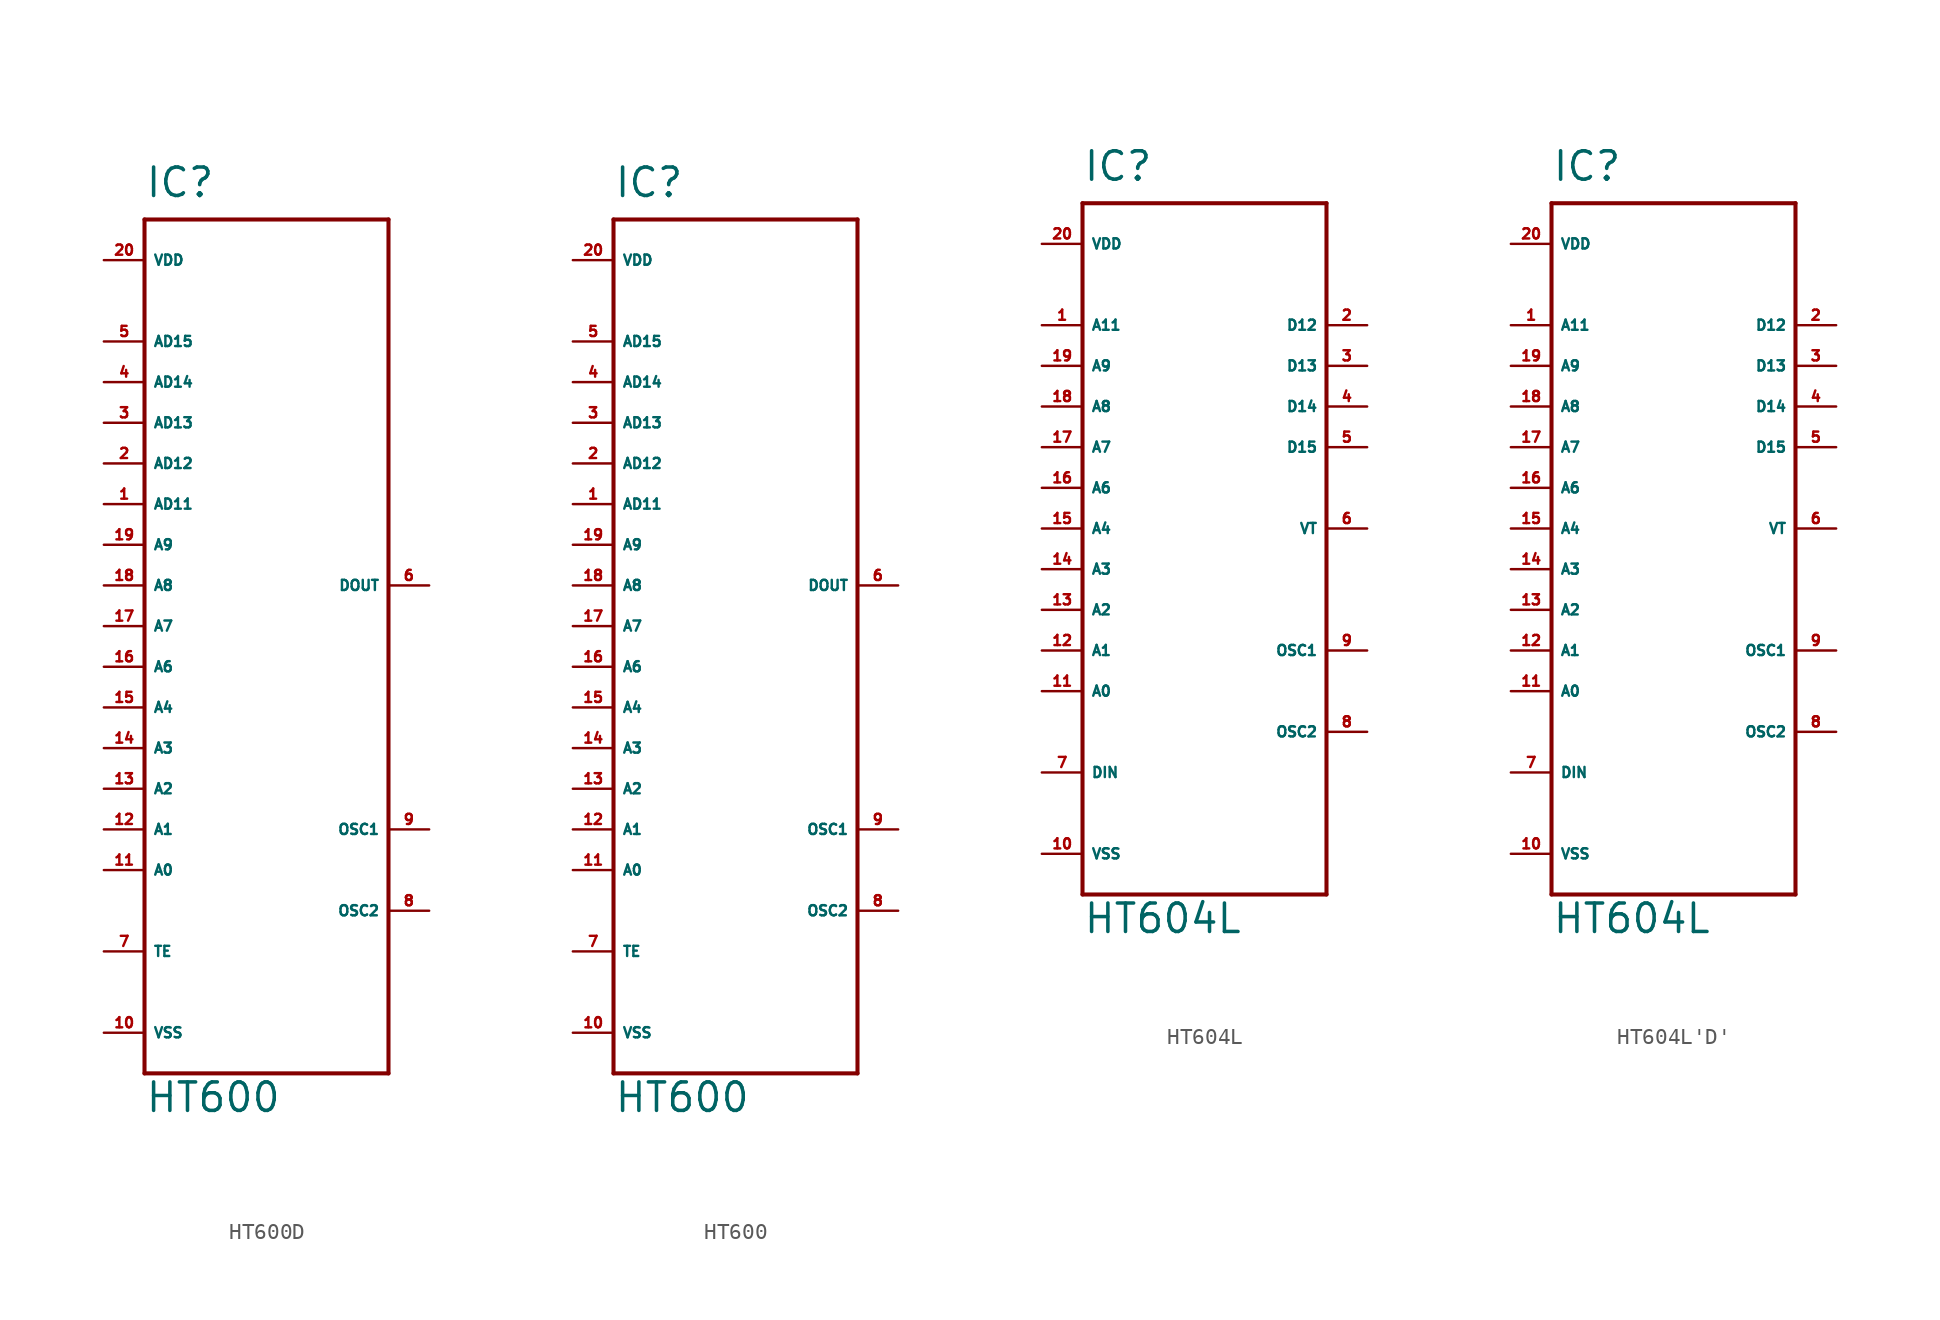
<source format=kicad_sym>
(kicad_symbol_lib
  (version 20220914)
  (generator Eagle2Kicad)
  (symbol "HT600D"
    (property "Reference" "IC"
      (at -7.62 26.67 0)
      (effects (font (size 1.778 1.778) (thickness 0.22)) (justify left bottom)))
    (property "Value" "HT600"
      (at -7.62 -30.48 0)
      (effects (font (size 1.778 1.778) (thickness 0.22)) (justify left bottom)))
    (polyline
      (pts (xy -7.62 25.4) (xy 7.62 25.4))
      (stroke (width 0.254) (type default))
      (fill (type none)))
    (polyline
      (pts (xy 7.62 25.4) (xy 7.62 -27.94))
      (stroke (width 0.254) (type default))
      (fill (type none)))
    (polyline
      (pts (xy 7.62 -27.94) (xy -7.62 -27.94))
      (stroke (width 0.254) (type default))
      (fill (type none)))
    (polyline
      (pts (xy -7.62 -27.94) (xy -7.62 25.4))
      (stroke (width 0.254) (type default))
      (fill (type none)))
    (pin input line
      (at -10.16 -15.24 0)
      (length 2.54)
      (name "A0" (effects (font (size 0.635 0.635) (thickness 0.08)) (justify left bottom)))
      (number "11" (effects (font (size 0.635 0.635) (thickness 0.08)) (justify left bottom))))
    (pin input line
      (at -10.16 -12.7 0)
      (length 2.54)
      (name "A1" (effects (font (size 0.635 0.635) (thickness 0.08)) (justify left bottom)))
      (number "12" (effects (font (size 0.635 0.635) (thickness 0.08)) (justify left bottom))))
    (pin input line
      (at -10.16 -10.16 0)
      (length 2.54)
      (name "A2" (effects (font (size 0.635 0.635) (thickness 0.08)) (justify left bottom)))
      (number "13" (effects (font (size 0.635 0.635) (thickness 0.08)) (justify left bottom))))
    (pin input line
      (at -10.16 -7.62 0)
      (length 2.54)
      (name "A3" (effects (font (size 0.635 0.635) (thickness 0.08)) (justify left bottom)))
      (number "14" (effects (font (size 0.635 0.635) (thickness 0.08)) (justify left bottom))))
    (pin input line
      (at -10.16 -5.08 0)
      (length 2.54)
      (name "A4" (effects (font (size 0.635 0.635) (thickness 0.08)) (justify left bottom)))
      (number "15" (effects (font (size 0.635 0.635) (thickness 0.08)) (justify left bottom))))
    (pin input line
      (at -10.16 -2.54 0)
      (length 2.54)
      (name "A6" (effects (font (size 0.635 0.635) (thickness 0.08)) (justify left bottom)))
      (number "16" (effects (font (size 0.635 0.635) (thickness 0.08)) (justify left bottom))))
    (pin input line
      (at -10.16 0 0)
      (length 2.54)
      (name "A7" (effects (font (size 0.635 0.635) (thickness 0.08)) (justify left bottom)))
      (number "17" (effects (font (size 0.635 0.635) (thickness 0.08)) (justify left bottom))))
    (pin input line
      (at -10.16 2.54 0)
      (length 2.54)
      (name "A8" (effects (font (size 0.635 0.635) (thickness 0.08)) (justify left bottom)))
      (number "18" (effects (font (size 0.635 0.635) (thickness 0.08)) (justify left bottom))))
    (pin input line
      (at -10.16 5.08 0)
      (length 2.54)
      (name "A9" (effects (font (size 0.635 0.635) (thickness 0.08)) (justify left bottom)))
      (number "19" (effects (font (size 0.635 0.635) (thickness 0.08)) (justify left bottom))))
    (pin input line
      (at -10.16 7.62 0)
      (length 2.54)
      (name "AD11" (effects (font (size 0.635 0.635) (thickness 0.08)) (justify left bottom)))
      (number "1" (effects (font (size 0.635 0.635) (thickness 0.08)) (justify left bottom))))
    (pin input line
      (at -10.16 10.16 0)
      (length 2.54)
      (name "AD12" (effects (font (size 0.635 0.635) (thickness 0.08)) (justify left bottom)))
      (number "2" (effects (font (size 0.635 0.635) (thickness 0.08)) (justify left bottom))))
    (pin input line
      (at -10.16 12.7 0)
      (length 2.54)
      (name "AD13" (effects (font (size 0.635 0.635) (thickness 0.08)) (justify left bottom)))
      (number "3" (effects (font (size 0.635 0.635) (thickness 0.08)) (justify left bottom))))
    (pin input line
      (at -10.16 15.24 0)
      (length 2.54)
      (name "AD14" (effects (font (size 0.635 0.635) (thickness 0.08)) (justify left bottom)))
      (number "4" (effects (font (size 0.635 0.635) (thickness 0.08)) (justify left bottom))))
    (pin input line
      (at -10.16 17.78 0)
      (length 2.54)
      (name "AD15" (effects (font (size 0.635 0.635) (thickness 0.08)) (justify left bottom)))
      (number "5" (effects (font (size 0.635 0.635) (thickness 0.08)) (justify left bottom))))
    (pin input line
      (at -10.16 -20.32 0)
      (length 2.54)
      (name "TE" (effects (font (size 0.635 0.635) (thickness 0.08)) (justify left bottom)))
      (number "7" (effects (font (size 0.635 0.635) (thickness 0.08)) (justify left bottom))))
    (pin input line
      (at 10.16 2.54 180)
      (length 2.54)
      (name "DOUT" (effects (font (size 0.635 0.635) (thickness 0.08)) (justify left bottom)))
      (number "6" (effects (font (size 0.635 0.635) (thickness 0.08)) (justify left bottom))))
    (pin unspecified line
      (at -10.16 -25.4 0)
      (length 2.54)
      (name "VSS" (effects (font (size 0.635 0.635) (thickness 0.08)) (justify left bottom)))
      (number "10" (effects (font (size 0.635 0.635) (thickness 0.08)) (justify left bottom))))
    (pin unspecified line
      (at -10.16 22.86 0)
      (length 2.54)
      (name "VDD" (effects (font (size 0.635 0.635) (thickness 0.08)) (justify left bottom)))
      (number "20" (effects (font (size 0.635 0.635) (thickness 0.08)) (justify left bottom))))
    (pin input line
      (at 10.16 -12.7 180)
      (length 2.54)
      (name "OSC1" (effects (font (size 0.635 0.635) (thickness 0.08)) (justify left bottom)))
      (number "9" (effects (font (size 0.635 0.635) (thickness 0.08)) (justify left bottom))))
    (pin output line
      (at 10.16 -17.78 180)
      (length 2.54)
      (name "OSC2" (effects (font (size 0.635 0.635) (thickness 0.08)) (justify left bottom)))
      (number "8" (effects (font (size 0.635 0.635) (thickness 0.08)) (justify left bottom)))))
  (symbol "HT600"
    (property "Reference" "IC"
      (at -7.62 26.67 0)
      (effects (font (size 1.778 1.778) (thickness 0.22)) (justify left bottom)))
    (property "Value" "HT600"
      (at -7.62 -30.48 0)
      (effects (font (size 1.778 1.778) (thickness 0.22)) (justify left bottom)))
    (polyline
      (pts (xy -7.62 25.4) (xy 7.62 25.4))
      (stroke (width 0.254) (type default))
      (fill (type none)))
    (polyline
      (pts (xy 7.62 25.4) (xy 7.62 -27.94))
      (stroke (width 0.254) (type default))
      (fill (type none)))
    (polyline
      (pts (xy 7.62 -27.94) (xy -7.62 -27.94))
      (stroke (width 0.254) (type default))
      (fill (type none)))
    (polyline
      (pts (xy -7.62 -27.94) (xy -7.62 25.4))
      (stroke (width 0.254) (type default))
      (fill (type none)))
    (pin input line
      (at -10.16 -15.24 0)
      (length 2.54)
      (name "A0" (effects (font (size 0.635 0.635) (thickness 0.08)) (justify left bottom)))
      (number "11" (effects (font (size 0.635 0.635) (thickness 0.08)) (justify left bottom))))
    (pin input line
      (at -10.16 -12.7 0)
      (length 2.54)
      (name "A1" (effects (font (size 0.635 0.635) (thickness 0.08)) (justify left bottom)))
      (number "12" (effects (font (size 0.635 0.635) (thickness 0.08)) (justify left bottom))))
    (pin input line
      (at -10.16 -10.16 0)
      (length 2.54)
      (name "A2" (effects (font (size 0.635 0.635) (thickness 0.08)) (justify left bottom)))
      (number "13" (effects (font (size 0.635 0.635) (thickness 0.08)) (justify left bottom))))
    (pin input line
      (at -10.16 -7.62 0)
      (length 2.54)
      (name "A3" (effects (font (size 0.635 0.635) (thickness 0.08)) (justify left bottom)))
      (number "14" (effects (font (size 0.635 0.635) (thickness 0.08)) (justify left bottom))))
    (pin input line
      (at -10.16 -5.08 0)
      (length 2.54)
      (name "A4" (effects (font (size 0.635 0.635) (thickness 0.08)) (justify left bottom)))
      (number "15" (effects (font (size 0.635 0.635) (thickness 0.08)) (justify left bottom))))
    (pin input line
      (at -10.16 -2.54 0)
      (length 2.54)
      (name "A6" (effects (font (size 0.635 0.635) (thickness 0.08)) (justify left bottom)))
      (number "16" (effects (font (size 0.635 0.635) (thickness 0.08)) (justify left bottom))))
    (pin input line
      (at -10.16 0 0)
      (length 2.54)
      (name "A7" (effects (font (size 0.635 0.635) (thickness 0.08)) (justify left bottom)))
      (number "17" (effects (font (size 0.635 0.635) (thickness 0.08)) (justify left bottom))))
    (pin input line
      (at -10.16 2.54 0)
      (length 2.54)
      (name "A8" (effects (font (size 0.635 0.635) (thickness 0.08)) (justify left bottom)))
      (number "18" (effects (font (size 0.635 0.635) (thickness 0.08)) (justify left bottom))))
    (pin input line
      (at -10.16 5.08 0)
      (length 2.54)
      (name "A9" (effects (font (size 0.635 0.635) (thickness 0.08)) (justify left bottom)))
      (number "19" (effects (font (size 0.635 0.635) (thickness 0.08)) (justify left bottom))))
    (pin input line
      (at -10.16 7.62 0)
      (length 2.54)
      (name "AD11" (effects (font (size 0.635 0.635) (thickness 0.08)) (justify left bottom)))
      (number "1" (effects (font (size 0.635 0.635) (thickness 0.08)) (justify left bottom))))
    (pin input line
      (at -10.16 10.16 0)
      (length 2.54)
      (name "AD12" (effects (font (size 0.635 0.635) (thickness 0.08)) (justify left bottom)))
      (number "2" (effects (font (size 0.635 0.635) (thickness 0.08)) (justify left bottom))))
    (pin input line
      (at -10.16 12.7 0)
      (length 2.54)
      (name "AD13" (effects (font (size 0.635 0.635) (thickness 0.08)) (justify left bottom)))
      (number "3" (effects (font (size 0.635 0.635) (thickness 0.08)) (justify left bottom))))
    (pin input line
      (at -10.16 15.24 0)
      (length 2.54)
      (name "AD14" (effects (font (size 0.635 0.635) (thickness 0.08)) (justify left bottom)))
      (number "4" (effects (font (size 0.635 0.635) (thickness 0.08)) (justify left bottom))))
    (pin input line
      (at -10.16 17.78 0)
      (length 2.54)
      (name "AD15" (effects (font (size 0.635 0.635) (thickness 0.08)) (justify left bottom)))
      (number "5" (effects (font (size 0.635 0.635) (thickness 0.08)) (justify left bottom))))
    (pin input line
      (at -10.16 -20.32 0)
      (length 2.54)
      (name "TE" (effects (font (size 0.635 0.635) (thickness 0.08)) (justify left bottom)))
      (number "7" (effects (font (size 0.635 0.635) (thickness 0.08)) (justify left bottom))))
    (pin input line
      (at 10.16 2.54 180)
      (length 2.54)
      (name "DOUT" (effects (font (size 0.635 0.635) (thickness 0.08)) (justify left bottom)))
      (number "6" (effects (font (size 0.635 0.635) (thickness 0.08)) (justify left bottom))))
    (pin unspecified line
      (at -10.16 -25.4 0)
      (length 2.54)
      (name "VSS" (effects (font (size 0.635 0.635) (thickness 0.08)) (justify left bottom)))
      (number "10" (effects (font (size 0.635 0.635) (thickness 0.08)) (justify left bottom))))
    (pin unspecified line
      (at -10.16 22.86 0)
      (length 2.54)
      (name "VDD" (effects (font (size 0.635 0.635) (thickness 0.08)) (justify left bottom)))
      (number "20" (effects (font (size 0.635 0.635) (thickness 0.08)) (justify left bottom))))
    (pin input line
      (at 10.16 -12.7 180)
      (length 2.54)
      (name "OSC1" (effects (font (size 0.635 0.635) (thickness 0.08)) (justify left bottom)))
      (number "9" (effects (font (size 0.635 0.635) (thickness 0.08)) (justify left bottom))))
    (pin output line
      (at 10.16 -17.78 180)
      (length 2.54)
      (name "OSC2" (effects (font (size 0.635 0.635) (thickness 0.08)) (justify left bottom)))
      (number "8" (effects (font (size 0.635 0.635) (thickness 0.08)) (justify left bottom)))))
  (symbol "HT604L"
    (property "Reference" "IC"
      (at -7.62 21.59 0)
      (effects (font (size 1.778 1.778) (thickness 0.22)) (justify left bottom)))
    (property "Value" "HT604L"
      (at -7.62 -25.4 0)
      (effects (font (size 1.778 1.778) (thickness 0.22)) (justify left bottom)))
    (polyline
      (pts (xy -7.62 20.32) (xy 7.62 20.32))
      (stroke (width 0.254) (type default))
      (fill (type none)))
    (polyline
      (pts (xy 7.62 20.32) (xy 7.62 -22.86))
      (stroke (width 0.254) (type default))
      (fill (type none)))
    (polyline
      (pts (xy 7.62 -22.86) (xy -7.62 -22.86))
      (stroke (width 0.254) (type default))
      (fill (type none)))
    (polyline
      (pts (xy -7.62 -22.86) (xy -7.62 20.32))
      (stroke (width 0.254) (type default))
      (fill (type none)))
    (pin input line
      (at -10.16 -10.16 0)
      (length 2.54)
      (name "A0" (effects (font (size 0.635 0.635) (thickness 0.08)) (justify left bottom)))
      (number "11" (effects (font (size 0.635 0.635) (thickness 0.08)) (justify left bottom))))
    (pin input line
      (at -10.16 -7.62 0)
      (length 2.54)
      (name "A1" (effects (font (size 0.635 0.635) (thickness 0.08)) (justify left bottom)))
      (number "12" (effects (font (size 0.635 0.635) (thickness 0.08)) (justify left bottom))))
    (pin input line
      (at -10.16 -5.08 0)
      (length 2.54)
      (name "A2" (effects (font (size 0.635 0.635) (thickness 0.08)) (justify left bottom)))
      (number "13" (effects (font (size 0.635 0.635) (thickness 0.08)) (justify left bottom))))
    (pin input line
      (at -10.16 -2.54 0)
      (length 2.54)
      (name "A3" (effects (font (size 0.635 0.635) (thickness 0.08)) (justify left bottom)))
      (number "14" (effects (font (size 0.635 0.635) (thickness 0.08)) (justify left bottom))))
    (pin input line
      (at -10.16 0 0)
      (length 2.54)
      (name "A4" (effects (font (size 0.635 0.635) (thickness 0.08)) (justify left bottom)))
      (number "15" (effects (font (size 0.635 0.635) (thickness 0.08)) (justify left bottom))))
    (pin input line
      (at -10.16 2.54 0)
      (length 2.54)
      (name "A6" (effects (font (size 0.635 0.635) (thickness 0.08)) (justify left bottom)))
      (number "16" (effects (font (size 0.635 0.635) (thickness 0.08)) (justify left bottom))))
    (pin input line
      (at -10.16 5.08 0)
      (length 2.54)
      (name "A7" (effects (font (size 0.635 0.635) (thickness 0.08)) (justify left bottom)))
      (number "17" (effects (font (size 0.635 0.635) (thickness 0.08)) (justify left bottom))))
    (pin input line
      (at -10.16 7.62 0)
      (length 2.54)
      (name "A8" (effects (font (size 0.635 0.635) (thickness 0.08)) (justify left bottom)))
      (number "18" (effects (font (size 0.635 0.635) (thickness 0.08)) (justify left bottom))))
    (pin input line
      (at -10.16 10.16 0)
      (length 2.54)
      (name "A9" (effects (font (size 0.635 0.635) (thickness 0.08)) (justify left bottom)))
      (number "19" (effects (font (size 0.635 0.635) (thickness 0.08)) (justify left bottom))))
    (pin input line
      (at -10.16 12.7 0)
      (length 2.54)
      (name "A11" (effects (font (size 0.635 0.635) (thickness 0.08)) (justify left bottom)))
      (number "1" (effects (font (size 0.635 0.635) (thickness 0.08)) (justify left bottom))))
    (pin output line
      (at 10.16 12.7 180)
      (length 2.54)
      (name "D12" (effects (font (size 0.635 0.635) (thickness 0.08)) (justify left bottom)))
      (number "2" (effects (font (size 0.635 0.635) (thickness 0.08)) (justify left bottom))))
    (pin output line
      (at 10.16 10.16 180)
      (length 2.54)
      (name "D13" (effects (font (size 0.635 0.635) (thickness 0.08)) (justify left bottom)))
      (number "3" (effects (font (size 0.635 0.635) (thickness 0.08)) (justify left bottom))))
    (pin output line
      (at 10.16 7.62 180)
      (length 2.54)
      (name "D14" (effects (font (size 0.635 0.635) (thickness 0.08)) (justify left bottom)))
      (number "4" (effects (font (size 0.635 0.635) (thickness 0.08)) (justify left bottom))))
    (pin output line
      (at 10.16 5.08 180)
      (length 2.54)
      (name "D15" (effects (font (size 0.635 0.635) (thickness 0.08)) (justify left bottom)))
      (number "5" (effects (font (size 0.635 0.635) (thickness 0.08)) (justify left bottom))))
    (pin output line
      (at 10.16 0 180)
      (length 2.54)
      (name "VT" (effects (font (size 0.635 0.635) (thickness 0.08)) (justify left bottom)))
      (number "6" (effects (font (size 0.635 0.635) (thickness 0.08)) (justify left bottom))))
    (pin input line
      (at -10.16 -15.24 0)
      (length 2.54)
      (name "DIN" (effects (font (size 0.635 0.635) (thickness 0.08)) (justify left bottom)))
      (number "7" (effects (font (size 0.635 0.635) (thickness 0.08)) (justify left bottom))))
    (pin unspecified line
      (at -10.16 -20.32 0)
      (length 2.54)
      (name "VSS" (effects (font (size 0.635 0.635) (thickness 0.08)) (justify left bottom)))
      (number "10" (effects (font (size 0.635 0.635) (thickness 0.08)) (justify left bottom))))
    (pin unspecified line
      (at -10.16 17.78 0)
      (length 2.54)
      (name "VDD" (effects (font (size 0.635 0.635) (thickness 0.08)) (justify left bottom)))
      (number "20" (effects (font (size 0.635 0.635) (thickness 0.08)) (justify left bottom))))
    (pin input line
      (at 10.16 -7.62 180)
      (length 2.54)
      (name "OSC1" (effects (font (size 0.635 0.635) (thickness 0.08)) (justify left bottom)))
      (number "9" (effects (font (size 0.635 0.635) (thickness 0.08)) (justify left bottom))))
    (pin output line
      (at 10.16 -12.7 180)
      (length 2.54)
      (name "OSC2" (effects (font (size 0.635 0.635) (thickness 0.08)) (justify left bottom)))
      (number "8" (effects (font (size 0.635 0.635) (thickness 0.08)) (justify left bottom)))))
  (symbol "HT604L'D'"
    (property "Reference" "IC"
      (at -7.62 21.59 0)
      (effects (font (size 1.778 1.778) (thickness 0.22)) (justify left bottom)))
    (property "Value" "HT604L"
      (at -7.62 -25.4 0)
      (effects (font (size 1.778 1.778) (thickness 0.22)) (justify left bottom)))
    (polyline
      (pts (xy -7.62 20.32) (xy 7.62 20.32))
      (stroke (width 0.254) (type default))
      (fill (type none)))
    (polyline
      (pts (xy 7.62 20.32) (xy 7.62 -22.86))
      (stroke (width 0.254) (type default))
      (fill (type none)))
    (polyline
      (pts (xy 7.62 -22.86) (xy -7.62 -22.86))
      (stroke (width 0.254) (type default))
      (fill (type none)))
    (polyline
      (pts (xy -7.62 -22.86) (xy -7.62 20.32))
      (stroke (width 0.254) (type default))
      (fill (type none)))
    (pin input line
      (at -10.16 -10.16 0)
      (length 2.54)
      (name "A0" (effects (font (size 0.635 0.635) (thickness 0.08)) (justify left bottom)))
      (number "11" (effects (font (size 0.635 0.635) (thickness 0.08)) (justify left bottom))))
    (pin input line
      (at -10.16 -7.62 0)
      (length 2.54)
      (name "A1" (effects (font (size 0.635 0.635) (thickness 0.08)) (justify left bottom)))
      (number "12" (effects (font (size 0.635 0.635) (thickness 0.08)) (justify left bottom))))
    (pin input line
      (at -10.16 -5.08 0)
      (length 2.54)
      (name "A2" (effects (font (size 0.635 0.635) (thickness 0.08)) (justify left bottom)))
      (number "13" (effects (font (size 0.635 0.635) (thickness 0.08)) (justify left bottom))))
    (pin input line
      (at -10.16 -2.54 0)
      (length 2.54)
      (name "A3" (effects (font (size 0.635 0.635) (thickness 0.08)) (justify left bottom)))
      (number "14" (effects (font (size 0.635 0.635) (thickness 0.08)) (justify left bottom))))
    (pin input line
      (at -10.16 0 0)
      (length 2.54)
      (name "A4" (effects (font (size 0.635 0.635) (thickness 0.08)) (justify left bottom)))
      (number "15" (effects (font (size 0.635 0.635) (thickness 0.08)) (justify left bottom))))
    (pin input line
      (at -10.16 2.54 0)
      (length 2.54)
      (name "A6" (effects (font (size 0.635 0.635) (thickness 0.08)) (justify left bottom)))
      (number "16" (effects (font (size 0.635 0.635) (thickness 0.08)) (justify left bottom))))
    (pin input line
      (at -10.16 5.08 0)
      (length 2.54)
      (name "A7" (effects (font (size 0.635 0.635) (thickness 0.08)) (justify left bottom)))
      (number "17" (effects (font (size 0.635 0.635) (thickness 0.08)) (justify left bottom))))
    (pin input line
      (at -10.16 7.62 0)
      (length 2.54)
      (name "A8" (effects (font (size 0.635 0.635) (thickness 0.08)) (justify left bottom)))
      (number "18" (effects (font (size 0.635 0.635) (thickness 0.08)) (justify left bottom))))
    (pin input line
      (at -10.16 10.16 0)
      (length 2.54)
      (name "A9" (effects (font (size 0.635 0.635) (thickness 0.08)) (justify left bottom)))
      (number "19" (effects (font (size 0.635 0.635) (thickness 0.08)) (justify left bottom))))
    (pin input line
      (at -10.16 12.7 0)
      (length 2.54)
      (name "A11" (effects (font (size 0.635 0.635) (thickness 0.08)) (justify left bottom)))
      (number "1" (effects (font (size 0.635 0.635) (thickness 0.08)) (justify left bottom))))
    (pin output line
      (at 10.16 12.7 180)
      (length 2.54)
      (name "D12" (effects (font (size 0.635 0.635) (thickness 0.08)) (justify left bottom)))
      (number "2" (effects (font (size 0.635 0.635) (thickness 0.08)) (justify left bottom))))
    (pin output line
      (at 10.16 10.16 180)
      (length 2.54)
      (name "D13" (effects (font (size 0.635 0.635) (thickness 0.08)) (justify left bottom)))
      (number "3" (effects (font (size 0.635 0.635) (thickness 0.08)) (justify left bottom))))
    (pin output line
      (at 10.16 7.62 180)
      (length 2.54)
      (name "D14" (effects (font (size 0.635 0.635) (thickness 0.08)) (justify left bottom)))
      (number "4" (effects (font (size 0.635 0.635) (thickness 0.08)) (justify left bottom))))
    (pin output line
      (at 10.16 5.08 180)
      (length 2.54)
      (name "D15" (effects (font (size 0.635 0.635) (thickness 0.08)) (justify left bottom)))
      (number "5" (effects (font (size 0.635 0.635) (thickness 0.08)) (justify left bottom))))
    (pin output line
      (at 10.16 0 180)
      (length 2.54)
      (name "VT" (effects (font (size 0.635 0.635) (thickness 0.08)) (justify left bottom)))
      (number "6" (effects (font (size 0.635 0.635) (thickness 0.08)) (justify left bottom))))
    (pin input line
      (at -10.16 -15.24 0)
      (length 2.54)
      (name "DIN" (effects (font (size 0.635 0.635) (thickness 0.08)) (justify left bottom)))
      (number "7" (effects (font (size 0.635 0.635) (thickness 0.08)) (justify left bottom))))
    (pin unspecified line
      (at -10.16 -20.32 0)
      (length 2.54)
      (name "VSS" (effects (font (size 0.635 0.635) (thickness 0.08)) (justify left bottom)))
      (number "10" (effects (font (size 0.635 0.635) (thickness 0.08)) (justify left bottom))))
    (pin unspecified line
      (at -10.16 17.78 0)
      (length 2.54)
      (name "VDD" (effects (font (size 0.635 0.635) (thickness 0.08)) (justify left bottom)))
      (number "20" (effects (font (size 0.635 0.635) (thickness 0.08)) (justify left bottom))))
    (pin input line
      (at 10.16 -7.62 180)
      (length 2.54)
      (name "OSC1" (effects (font (size 0.635 0.635) (thickness 0.08)) (justify left bottom)))
      (number "9" (effects (font (size 0.635 0.635) (thickness 0.08)) (justify left bottom))))
    (pin output line
      (at 10.16 -12.7 180)
      (length 2.54)
      (name "OSC2" (effects (font (size 0.635 0.635) (thickness 0.08)) (justify left bottom)))
      (number "8" (effects (font (size 0.635 0.635) (thickness 0.08)) (justify left bottom))))))
</source>
